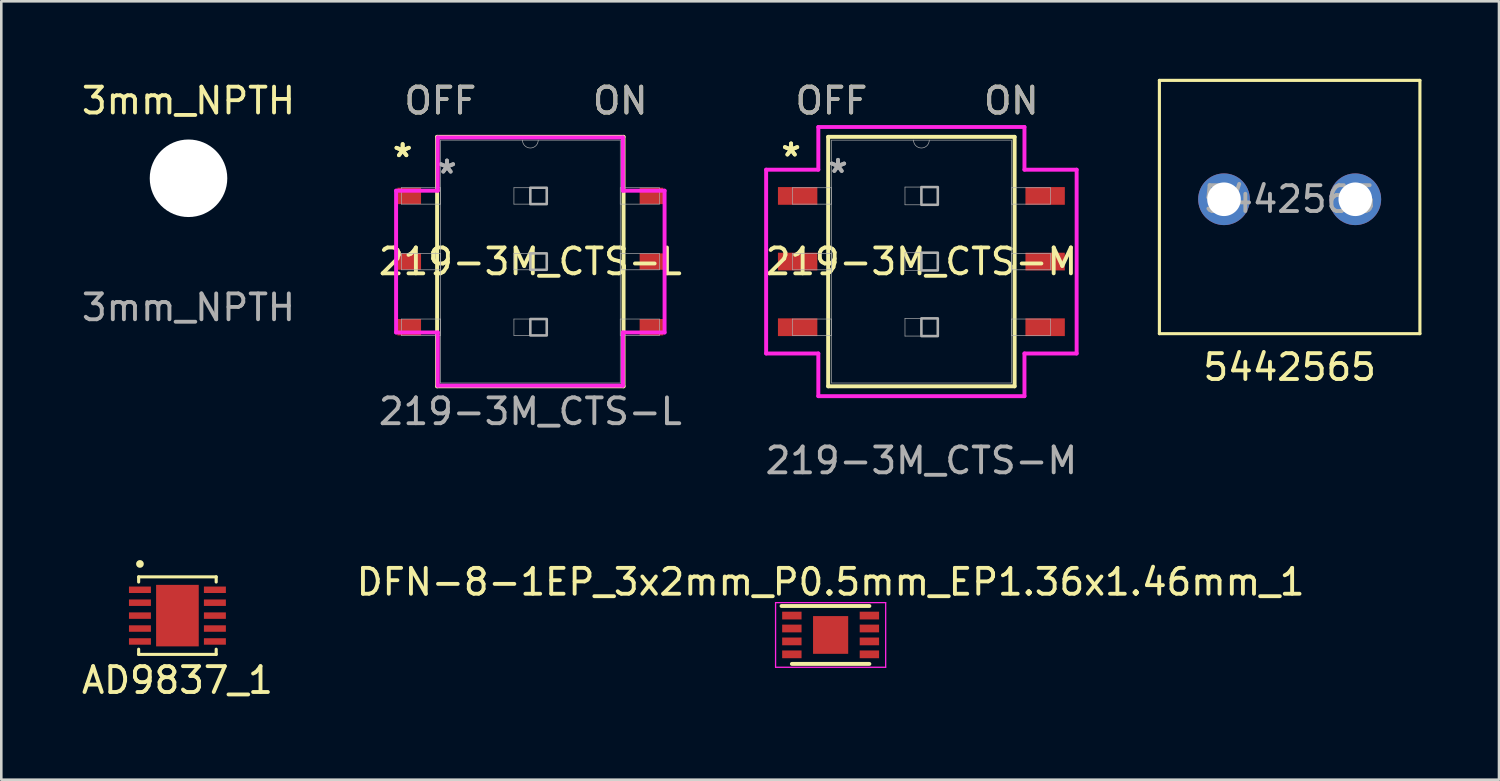
<source format=kicad_pcb>
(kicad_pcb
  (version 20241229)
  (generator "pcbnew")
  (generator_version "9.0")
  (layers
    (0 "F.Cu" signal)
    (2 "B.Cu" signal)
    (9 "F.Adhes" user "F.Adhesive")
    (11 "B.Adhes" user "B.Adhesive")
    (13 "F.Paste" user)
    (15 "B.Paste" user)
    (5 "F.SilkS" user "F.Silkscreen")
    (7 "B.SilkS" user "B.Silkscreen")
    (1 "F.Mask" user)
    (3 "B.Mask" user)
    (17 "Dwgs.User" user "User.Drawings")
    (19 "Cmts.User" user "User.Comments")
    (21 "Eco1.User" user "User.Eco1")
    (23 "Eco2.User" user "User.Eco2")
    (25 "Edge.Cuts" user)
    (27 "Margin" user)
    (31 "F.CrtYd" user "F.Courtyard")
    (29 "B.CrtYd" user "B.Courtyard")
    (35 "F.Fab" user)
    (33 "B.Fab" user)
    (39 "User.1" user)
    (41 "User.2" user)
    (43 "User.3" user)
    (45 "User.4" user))
  (footprint "AD9837_1"
    (layer "F.Cu")
    (at 3.815 20.77)
    (property "Reference" "AD9837_1" (at 0 2.5 0) (layer "F.SilkS") (effects (font (size 1 1) (thickness 0.15))))
    (attr through_hole)
    (fp_line (start -1.5 -1.5) (end -1.5 -1.3) (stroke (width 0.12) (type solid)) (layer "F.SilkS"))
    (fp_line (start -1.5 -1.5) (end 1.5 -1.5) (stroke (width 0.12) (type solid)) (layer "F.SilkS"))
    (fp_line (start -1.5 1.3) (end -1.5 1.5) (stroke (width 0.12) (type solid)) (layer "F.SilkS"))
    (fp_line (start -1.5 1.5) (end 1.5 1.5) (stroke (width 0.12) (type solid)) (layer "F.SilkS"))
    (fp_line (start 1.5 -1.5) (end 1.5 -1.3) (stroke (width 0.12) (type solid)) (layer "F.SilkS"))
    (fp_line (start 1.5 1.3) (end 1.5 1.5) (stroke (width 0.12) (type solid)) (layer "F.SilkS"))
    (fp_circle (center -1.45 -2) (end -1.375 -2) (stroke (width 0.15) (type solid)) (fill no) (layer "F.SilkS"))
    (pad "1" smd rect (at -1.45 -1) (size 0.85 0.25) (layers "F.Cu" "F.Mask" "F.Paste"))
    (pad "2" smd rect (at -1.45 -0.5) (size 0.85 0.25) (layers "F.Cu" "F.Mask" "F.Paste"))
    (pad "3" smd rect (at -1.45 0) (size 0.85 0.25) (layers "F.Cu" "F.Mask" "F.Paste"))
    (pad "4" smd rect (at -1.45 0.5) (size 0.85 0.25) (layers "F.Cu" "F.Mask" "F.Paste"))
    (pad "5" smd rect (at -1.45 1) (size 0.85 0.25) (layers "F.Cu" "F.Mask" "F.Paste"))
    (pad "6" smd rect (at 1.45 1) (size 0.85 0.25) (layers "F.Cu" "F.Mask" "F.Paste"))
    (pad "7" smd rect (at 1.45 0.5) (size 0.85 0.25) (layers "F.Cu" "F.Mask" "F.Paste"))
    (pad "8" smd rect (at 1.45 0) (size 0.85 0.25) (layers "F.Cu" "F.Mask" "F.Paste"))
    (pad "9" smd rect (at 1.45 -0.5) (size 0.85 0.25) (layers "F.Cu" "F.Mask" "F.Paste"))
    (pad "10" smd rect (at 1.45 -1) (size 0.85 0.25) (layers "F.Cu" "F.Mask" "F.Paste"))
    (pad "11" smd rect (at 0 0) (size 1.65 2.38) (layers "F.Cu" "F.Mask" "F.Paste")))
  (footprint "DFN-8-1EP_3x2mm_P0.5mm_EP1.36x1.46mm_1"
    (layer "F.Cu")
    (at 29.089 21.518)
    (property "Reference" "DFN-8-1EP_3x2mm_P0.5mm_EP1.36x1.46mm_1" (at 0 -2.05 0) (layer "F.SilkS") (effects (font (size 1 1) (thickness 0.15))))
    (attr smd)
    (fp_line (start -1.9 -1.12) (end 1.5 -1.12) (stroke (width 0.15) (type solid)) (layer "F.SilkS"))
    (fp_line (start -1.5 1.12) (end 1.5 1.12) (stroke (width 0.15) (type solid)) (layer "F.SilkS"))
    (fp_line (start -2.13 -1.25) (end -2.13 1.25) (stroke (width 0.05) (type solid)) (layer "F.CrtYd"))
    (fp_line (start -2.13 -1.25) (end 2.13 -1.25) (stroke (width 0.05) (type solid)) (layer "F.CrtYd"))
    (fp_line (start -2.13 1.25) (end 2.13 1.25) (stroke (width 0.05) (type solid)) (layer "F.CrtYd"))
    (fp_line (start 2.13 -1.25) (end 2.13 1.25) (stroke (width 0.05) (type solid)) (layer "F.CrtYd"))
    (pad "" smd rect (at -0.325 -0.375) (size 0.5 0.6) (layers "F.Paste"))
    (pad "" smd rect (at -0.325 0.375) (size 0.5 0.6) (layers "F.Paste"))
    (pad "" smd rect (at 0.325 -0.375) (size 0.5 0.6) (layers "F.Paste"))
    (pad "" smd rect (at 0.325 0.375) (size 0.5 0.6) (layers "F.Paste"))
    (pad "1" smd rect (at -1.5 -0.75) (size 0.75 0.3) (layers "F.Cu" "F.Mask" "F.Paste"))
    (pad "2" smd rect (at -1.5 -0.25) (size 0.75 0.3) (layers "F.Cu" "F.Mask" "F.Paste"))
    (pad "3" smd rect (at -1.5 0.25) (size 0.75 0.3) (layers "F.Cu" "F.Mask" "F.Paste"))
    (pad "4" smd rect (at -1.5 0.75) (size 0.75 0.3) (layers "F.Cu" "F.Mask" "F.Paste"))
    (pad "5" smd rect (at 1.5 0.75) (size 0.75 0.3) (layers "F.Cu" "F.Mask" "F.Paste"))
    (pad "6" smd rect (at 1.5 0.25) (size 0.75 0.3) (layers "F.Cu" "F.Mask" "F.Paste"))
    (pad "7" smd rect (at 1.5 -0.25) (size 0.75 0.3) (layers "F.Cu" "F.Mask" "F.Paste"))
    (pad "8" smd rect (at 1.5 -0.75) (size 0.75 0.3) (layers "F.Cu" "F.Mask" "F.Paste"))
    (pad "9" smd rect (at 0 0) (size 1.36 1.46) (layers "F.Cu" "F.Mask")))
  (footprint "5442565"
    (layer "F.Cu")
    (at 46.85 4.66)
    (property "Reference" "5442565" (at 0 6.5 0) (unlocked yes) (layer "F.SilkS") (effects (font (size 1 1) (thickness 0.15))))
    (attr through_hole)
    (fp_line (start -5.04 -4.6) (end -5.04 5.2) (stroke (width 0.12) (type default)) (layer "F.SilkS"))
    (fp_line (start -5.04 -4.6) (end 5.04 -4.6) (stroke (width 0.12) (type default)) (layer "F.SilkS"))
    (fp_line (start -5.04 5.2) (end 5.04 5.2) (stroke (width 0.12) (type default)) (layer "F.SilkS"))
    (fp_line (start 5.04 -4.6) (end 5.04 5.2) (stroke (width 0.12) (type default)) (layer "F.SilkS"))
    (fp_text user "${REFERENCE}" (at 0 0 0) (unlocked yes) (layer "F.Fab") (effects (font (size 1 1) (thickness 0.15))))
    (pad "1" thru_hole circle (at -2.54 0) (size 2 2) (drill 1.3) (layers "*.Cu" "*.Mask"))
    (pad "2" thru_hole circle (at 2.54 0) (size 2 2) (drill 1.3) (layers "*.Cu" "*.Mask")))
  (footprint "3mm_NPTH"
    (layer "F.Cu")
    (at 4.244 3.848)
    (property "Reference" "3mm_NPTH" (at 0 -3 0) (unlocked yes) (layer "F.SilkS") (effects (font (size 1 1) (thickness 0.15))))
    (attr through_hole)
    (fp_text user "${REFERENCE}" (at 0 5 0) (unlocked yes) (layer "F.Fab") (effects (font (size 1 1) (thickness 0.15))))
    (pad "" np_thru_hole circle (at 0 0) (size 3 3) (drill 3) (layers "*.Cu" "*.Mask")))
  (footprint "219-3M_CTS-M"
    (layer "F.Cu")
    (at 32.601 7.071)
    (property "Reference" "219-3M_CTS-M" (at 0 0 0) (unlocked yes) (layer "F.SilkS") (effects (font (size 1 1) (thickness 0.15))))
    (attr smd)
    (fp_line (start -3.607 -4.826) (end -3.607 4.826) (stroke (width 0.152) (type solid)) (layer "F.SilkS"))
    (fp_line (start -3.607 4.826) (end 3.607 4.826) (stroke (width 0.152) (type solid)) (layer "F.SilkS"))
    (fp_line (start 3.607 -4.826) (end -3.607 -4.826) (stroke (width 0.152) (type solid)) (layer "F.SilkS"))
    (fp_line (start 3.607 4.826) (end 3.607 -4.826) (stroke (width 0.152) (type solid)) (layer "F.SilkS"))
    (fp_line (start -6.007 -3.556) (end -3.988 -3.556) (stroke (width 0.152) (type solid)) (layer "F.CrtYd"))
    (fp_line (start -6.007 3.556) (end -6.007 -3.556) (stroke (width 0.152) (type solid)) (layer "F.CrtYd"))
    (fp_line (start -3.988 -5.207) (end 3.988 -5.207) (stroke (width 0.152) (type solid)) (layer "F.CrtYd"))
    (fp_line (start -3.988 -3.556) (end -3.988 -5.207) (stroke (width 0.152) (type solid)) (layer "F.CrtYd"))
    (fp_line (start -3.988 3.556) (end -6.007 3.556) (stroke (width 0.152) (type solid)) (layer "F.CrtYd"))
    (fp_line (start -3.988 5.207) (end -3.988 3.556) (stroke (width 0.152) (type solid)) (layer "F.CrtYd"))
    (fp_line (start 3.988 -5.207) (end 3.988 -3.556) (stroke (width 0.152) (type solid)) (layer "F.CrtYd"))
    (fp_line (start 3.988 -3.556) (end 6.007 -3.556) (stroke (width 0.152) (type solid)) (layer "F.CrtYd"))
    (fp_line (start 3.988 3.556) (end 3.988 5.207) (stroke (width 0.152) (type solid)) (layer "F.CrtYd"))
    (fp_line (start 3.988 5.207) (end -3.988 5.207) (stroke (width 0.152) (type solid)) (layer "F.CrtYd"))
    (fp_line (start 6.007 -3.556) (end 6.007 3.556) (stroke (width 0.152) (type solid)) (layer "F.CrtYd"))
    (fp_line (start 6.007 3.556) (end 3.988 3.556) (stroke (width 0.152) (type solid)) (layer "F.CrtYd"))
    (fp_line (start -4.991 -2.857) (end -4.991 -2.223) (stroke (width 0.025) (type solid)) (layer "F.Fab"))
    (fp_line (start -4.991 -2.223) (end -3.48 -2.223) (stroke (width 0.025) (type solid)) (layer "F.Fab"))
    (fp_line (start -4.991 -0.318) (end -4.991 0.318) (stroke (width 0.025) (type solid)) (layer "F.Fab"))
    (fp_line (start -4.991 0.318) (end -3.48 0.318) (stroke (width 0.025) (type solid)) (layer "F.Fab"))
    (fp_line (start -4.991 2.223) (end -4.991 2.857) (stroke (width 0.025) (type solid)) (layer "F.Fab"))
    (fp_line (start -4.991 2.857) (end -3.48 2.857) (stroke (width 0.025) (type solid)) (layer "F.Fab"))
    (fp_line (start -3.48 -4.699) (end -3.48 4.699) (stroke (width 0.025) (type solid)) (layer "F.Fab"))
    (fp_line (start -3.48 -2.857) (end -4.991 -2.857) (stroke (width 0.025) (type solid)) (layer "F.Fab"))
    (fp_line (start -3.48 -2.223) (end -3.48 -2.857) (stroke (width 0.025) (type solid)) (layer "F.Fab"))
    (fp_line (start -3.48 -0.318) (end -4.991 -0.318) (stroke (width 0.025) (type solid)) (layer "F.Fab"))
    (fp_line (start -3.48 0.318) (end -3.48 -0.318) (stroke (width 0.025) (type solid)) (layer "F.Fab"))
    (fp_line (start -3.48 2.223) (end -4.991 2.223) (stroke (width 0.025) (type solid)) (layer "F.Fab"))
    (fp_line (start -3.48 2.857) (end -3.48 2.223) (stroke (width 0.025) (type solid)) (layer "F.Fab"))
    (fp_line (start -3.48 4.699) (end 3.48 4.699) (stroke (width 0.025) (type solid)) (layer "F.Fab"))
    (fp_line (start -0.635 -2.883) (end 0.635 -2.883) (stroke (width 0.025) (type solid)) (layer "F.Fab"))
    (fp_line (start -0.635 -2.197) (end -0.635 -2.883) (stroke (width 0.025) (type solid)) (layer "F.Fab"))
    (fp_line (start -0.635 -0.343) (end 0.635 -0.343) (stroke (width 0.025) (type solid)) (layer "F.Fab"))
    (fp_line (start -0.635 0.343) (end -0.635 -0.343) (stroke (width 0.025) (type solid)) (layer "F.Fab"))
    (fp_line (start -0.635 2.197) (end 0.635 2.197) (stroke (width 0.025) (type solid)) (layer "F.Fab"))
    (fp_line (start -0.635 2.883) (end -0.635 2.197) (stroke (width 0.025) (type solid)) (layer "F.Fab"))
    (fp_line (start 0.635 -2.883) (end 0.635 -2.197) (stroke (width 0.025) (type solid)) (layer "F.Fab"))
    (fp_line (start 0.635 -2.197) (end -0.635 -2.197) (stroke (width 0.025) (type solid)) (layer "F.Fab"))
    (fp_line (start 0.635 -0.343) (end 0.635 0.343) (stroke (width 0.025) (type solid)) (layer "F.Fab"))
    (fp_line (start 0.635 0.343) (end -0.635 0.343) (stroke (width 0.025) (type solid)) (layer "F.Fab"))
    (fp_line (start 0.635 2.197) (end 0.635 2.883) (stroke (width 0.025) (type solid)) (layer "F.Fab"))
    (fp_line (start 0.635 2.883) (end -0.635 2.883) (stroke (width 0.025) (type solid)) (layer "F.Fab"))
    (fp_line (start 3.48 -4.699) (end -3.48 -4.699) (stroke (width 0.025) (type solid)) (layer "F.Fab"))
    (fp_line (start 3.48 -2.857) (end 3.48 -2.223) (stroke (width 0.025) (type solid)) (layer "F.Fab"))
    (fp_line (start 3.48 -2.223) (end 4.991 -2.223) (stroke (width 0.025) (type solid)) (layer "F.Fab"))
    (fp_line (start 3.48 -0.318) (end 3.48 0.318) (stroke (width 0.025) (type solid)) (layer "F.Fab"))
    (fp_line (start 3.48 0.318) (end 4.991 0.318) (stroke (width 0.025) (type solid)) (layer "F.Fab"))
    (fp_line (start 3.48 2.223) (end 3.48 2.857) (stroke (width 0.025) (type solid)) (layer "F.Fab"))
    (fp_line (start 3.48 2.857) (end 4.991 2.857) (stroke (width 0.025) (type solid)) (layer "F.Fab"))
    (fp_line (start 3.48 4.699) (end 3.48 -4.699) (stroke (width 0.025) (type solid)) (layer "F.Fab"))
    (fp_line (start 4.991 -2.857) (end 3.48 -2.857) (stroke (width 0.025) (type solid)) (layer "F.Fab"))
    (fp_line (start 4.991 -2.223) (end 4.991 -2.857) (stroke (width 0.025) (type solid)) (layer "F.Fab"))
    (fp_line (start 4.991 -0.318) (end 3.48 -0.318) (stroke (width 0.025) (type solid)) (layer "F.Fab"))
    (fp_line (start 4.991 0.318) (end 4.991 -0.318) (stroke (width 0.025) (type solid)) (layer "F.Fab"))
    (fp_line (start 4.991 2.223) (end 3.48 2.223) (stroke (width 0.025) (type solid)) (layer "F.Fab"))
    (fp_line (start 4.991 2.857) (end 4.991 2.223) (stroke (width 0.025) (type solid)) (layer "F.Fab"))
    (fp_arc (start 0.3048 -4.699) (mid 0 -4.3942) (end -0.3048 -4.699) (stroke (width 0.0254) (type solid)) (layer "F.Fab"))
    (fp_poly (pts (xy 0 -2.883) (xy 0.635 -2.883) (xy 0.635 -2.197) (xy 0 -2.197)) (stroke (width 0.1) (type solid)) (fill no) (layer "F.Fab"))
    (fp_poly (pts (xy 0 -0.343) (xy 0.635 -0.343) (xy 0.635 0.343) (xy 0 0.343)) (stroke (width 0.1) (type solid)) (fill no) (layer "F.Fab"))
    (fp_poly (pts (xy 0 2.197) (xy 0.635 2.197) (xy 0.635 2.883) (xy 0 2.883)) (stroke (width 0.1) (type solid)) (fill no) (layer "F.Fab"))
    (fp_text user "*" (at -5.042 -4.026 0) (unlocked yes) (layer "F.SilkS") (effects (font (size 1 1) (thickness 0.15))))
    (fp_text user "OFF" (at -3.48 -6.223 0) (unlocked yes) (layer "F.SilkS") (effects (font (size 1 1) (thickness 0.15))))
    (fp_text user "ON" (at 3.48 -6.223 0) (unlocked yes) (layer "F.SilkS") (effects (font (size 1 1) (thickness 0.15))))
    (fp_text user "*" (at -5.042 -4.026 0) (layer "F.SilkS") (effects (font (size 1 1) (thickness 0.15))))
    (fp_text user "*" (at -3.226 -3.391 0) (unlocked yes) (layer "F.Fab") (effects (font (size 1 1) (thickness 0.15))))
    (fp_text user "ON" (at 3.48 -6.223 0) (unlocked yes) (layer "F.Fab") (effects (font (size 1 1) (thickness 0.15))))
    (fp_text user "*" (at -3.226 -3.391 0) (layer "F.Fab") (effects (font (size 1 1) (thickness 0.15))))
    (fp_text user "${REFERENCE}" (at 0 7.7 0) (unlocked yes) (layer "F.Fab") (effects (font (size 1 1) (thickness 0.15))))
    (fp_text user "OFF" (at -3.48 -6.223 0) (unlocked yes) (layer "F.Fab") (effects (font (size 1 1) (thickness 0.15))))
    (pad "1" smd rect (at -4.788 -2.54) (size 1.524 0.686) (layers "F.Cu" "F.Mask" "F.Paste"))
    (pad "2" smd rect (at -4.788 0) (size 1.524 0.686) (layers "F.Cu" "F.Mask" "F.Paste"))
    (pad "3" smd rect (at -4.788 2.54) (size 1.524 0.686) (layers "F.Cu" "F.Mask" "F.Paste"))
    (pad "4" smd rect (at 4.788 2.54) (size 1.524 0.686) (layers "F.Cu" "F.Mask" "F.Paste"))
    (pad "5" smd rect (at 4.788 0) (size 1.524 0.686) (layers "F.Cu" "F.Mask" "F.Paste"))
    (pad "6" smd rect (at 4.788 -2.54) (size 1.524 0.686) (layers "F.Cu" "F.Mask" "F.Paste")))
  (footprint "219-3M_CTS-L"
    (layer "F.Cu")
    (at 17.47 7.071)
    (property "Reference" "219-3M_CTS-L" (at 0 0 0) (unlocked yes) (layer "F.SilkS") (effects (font (size 1 1) (thickness 0.15))))
    (attr smd)
    (fp_line (start -3.607 -4.826) (end -3.607 4.826) (stroke (width 0.152) (type solid)) (layer "F.SilkS"))
    (fp_line (start -3.607 4.826) (end 3.607 4.826) (stroke (width 0.152) (type solid)) (layer "F.SilkS"))
    (fp_line (start 3.607 -4.826) (end -3.607 -4.826) (stroke (width 0.152) (type solid)) (layer "F.SilkS"))
    (fp_line (start 3.607 4.826) (end 3.607 -4.826) (stroke (width 0.152) (type solid)) (layer "F.SilkS"))
    (fp_line (start -5.194 -2.743) (end -3.581 -2.743) (stroke (width 0.152) (type solid)) (layer "F.CrtYd"))
    (fp_line (start -5.194 2.743) (end -5.194 -2.743) (stroke (width 0.152) (type solid)) (layer "F.CrtYd"))
    (fp_line (start -3.581 -4.801) (end 3.581 -4.801) (stroke (width 0.152) (type solid)) (layer "F.CrtYd"))
    (fp_line (start -3.581 -2.743) (end -3.581 -4.801) (stroke (width 0.152) (type solid)) (layer "F.CrtYd"))
    (fp_line (start -3.581 2.743) (end -5.194 2.743) (stroke (width 0.152) (type solid)) (layer "F.CrtYd"))
    (fp_line (start -3.581 4.801) (end -3.581 2.743) (stroke (width 0.152) (type solid)) (layer "F.CrtYd"))
    (fp_line (start 3.581 -4.801) (end 3.581 -2.743) (stroke (width 0.152) (type solid)) (layer "F.CrtYd"))
    (fp_line (start 3.581 -2.743) (end 5.194 -2.743) (stroke (width 0.152) (type solid)) (layer "F.CrtYd"))
    (fp_line (start 3.581 2.743) (end 3.581 4.801) (stroke (width 0.152) (type solid)) (layer "F.CrtYd"))
    (fp_line (start 3.581 4.801) (end -3.581 4.801) (stroke (width 0.152) (type solid)) (layer "F.CrtYd"))
    (fp_line (start 5.194 -2.743) (end 5.194 2.743) (stroke (width 0.152) (type solid)) (layer "F.CrtYd"))
    (fp_line (start 5.194 2.743) (end 3.581 2.743) (stroke (width 0.152) (type solid)) (layer "F.CrtYd"))
    (fp_line (start -4.991 -2.857) (end -4.991 -2.223) (stroke (width 0.025) (type solid)) (layer "F.Fab"))
    (fp_line (start -4.991 -2.223) (end -3.48 -2.223) (stroke (width 0.025) (type solid)) (layer "F.Fab"))
    (fp_line (start -4.991 -0.318) (end -4.991 0.318) (stroke (width 0.025) (type solid)) (layer "F.Fab"))
    (fp_line (start -4.991 0.318) (end -3.48 0.318) (stroke (width 0.025) (type solid)) (layer "F.Fab"))
    (fp_line (start -4.991 2.223) (end -4.991 2.857) (stroke (width 0.025) (type solid)) (layer "F.Fab"))
    (fp_line (start -4.991 2.857) (end -3.48 2.857) (stroke (width 0.025) (type solid)) (layer "F.Fab"))
    (fp_line (start -3.48 -4.699) (end -3.48 4.699) (stroke (width 0.025) (type solid)) (layer "F.Fab"))
    (fp_line (start -3.48 -2.857) (end -4.991 -2.857) (stroke (width 0.025) (type solid)) (layer "F.Fab"))
    (fp_line (start -3.48 -2.223) (end -3.48 -2.857) (stroke (width 0.025) (type solid)) (layer "F.Fab"))
    (fp_line (start -3.48 -0.318) (end -4.991 -0.318) (stroke (width 0.025) (type solid)) (layer "F.Fab"))
    (fp_line (start -3.48 0.318) (end -3.48 -0.318) (stroke (width 0.025) (type solid)) (layer "F.Fab"))
    (fp_line (start -3.48 2.223) (end -4.991 2.223) (stroke (width 0.025) (type solid)) (layer "F.Fab"))
    (fp_line (start -3.48 2.857) (end -3.48 2.223) (stroke (width 0.025) (type solid)) (layer "F.Fab"))
    (fp_line (start -3.48 4.699) (end 3.48 4.699) (stroke (width 0.025) (type solid)) (layer "F.Fab"))
    (fp_line (start -0.635 -2.857) (end 0.635 -2.857) (stroke (width 0.025) (type solid)) (layer "F.Fab"))
    (fp_line (start -0.635 -2.223) (end -0.635 -2.857) (stroke (width 0.025) (type solid)) (layer "F.Fab"))
    (fp_line (start -0.635 -0.318) (end 0.635 -0.318) (stroke (width 0.025) (type solid)) (layer "F.Fab"))
    (fp_line (start -0.635 0.318) (end -0.635 -0.318) (stroke (width 0.025) (type solid)) (layer "F.Fab"))
    (fp_line (start -0.635 2.223) (end 0.635 2.223) (stroke (width 0.025) (type solid)) (layer "F.Fab"))
    (fp_line (start -0.635 2.857) (end -0.635 2.223) (stroke (width 0.025) (type solid)) (layer "F.Fab"))
    (fp_line (start 0.635 -2.857) (end 0.635 -2.223) (stroke (width 0.025) (type solid)) (layer "F.Fab"))
    (fp_line (start 0.635 -2.223) (end -0.635 -2.223) (stroke (width 0.025) (type solid)) (layer "F.Fab"))
    (fp_line (start 0.635 -0.318) (end 0.635 0.318) (stroke (width 0.025) (type solid)) (layer "F.Fab"))
    (fp_line (start 0.635 0.318) (end -0.635 0.318) (stroke (width 0.025) (type solid)) (layer "F.Fab"))
    (fp_line (start 0.635 2.223) (end 0.635 2.857) (stroke (width 0.025) (type solid)) (layer "F.Fab"))
    (fp_line (start 0.635 2.857) (end -0.635 2.857) (stroke (width 0.025) (type solid)) (layer "F.Fab"))
    (fp_line (start 3.48 -4.699) (end -3.48 -4.699) (stroke (width 0.025) (type solid)) (layer "F.Fab"))
    (fp_line (start 3.48 -2.857) (end 3.48 -2.223) (stroke (width 0.025) (type solid)) (layer "F.Fab"))
    (fp_line (start 3.48 -2.223) (end 4.991 -2.223) (stroke (width 0.025) (type solid)) (layer "F.Fab"))
    (fp_line (start 3.48 -0.318) (end 3.48 0.318) (stroke (width 0.025) (type solid)) (layer "F.Fab"))
    (fp_line (start 3.48 0.318) (end 4.991 0.318) (stroke (width 0.025) (type solid)) (layer "F.Fab"))
    (fp_line (start 3.48 2.223) (end 3.48 2.857) (stroke (width 0.025) (type solid)) (layer "F.Fab"))
    (fp_line (start 3.48 2.857) (end 4.991 2.857) (stroke (width 0.025) (type solid)) (layer "F.Fab"))
    (fp_line (start 3.48 4.699) (end 3.48 -4.699) (stroke (width 0.025) (type solid)) (layer "F.Fab"))
    (fp_line (start 4.991 -2.857) (end 3.48 -2.857) (stroke (width 0.025) (type solid)) (layer "F.Fab"))
    (fp_line (start 4.991 -2.223) (end 4.991 -2.857) (stroke (width 0.025) (type solid)) (layer "F.Fab"))
    (fp_line (start 4.991 -0.318) (end 3.48 -0.318) (stroke (width 0.025) (type solid)) (layer "F.Fab"))
    (fp_line (start 4.991 0.318) (end 4.991 -0.318) (stroke (width 0.025) (type solid)) (layer "F.Fab"))
    (fp_line (start 4.991 2.223) (end 3.48 2.223) (stroke (width 0.025) (type solid)) (layer "F.Fab"))
    (fp_line (start 4.991 2.857) (end 4.991 2.223) (stroke (width 0.025) (type solid)) (layer "F.Fab"))
    (fp_arc (start 0.3048 -4.699) (mid 0 -4.3942) (end -0.3048 -4.699) (stroke (width 0.0254) (type solid)) (layer "F.Fab"))
    (fp_poly (pts (xy 0 -2.857) (xy 0.635 -2.857) (xy 0.635 -2.223) (xy 0 -2.223)) (stroke (width 0.1) (type solid)) (fill no) (layer "F.Fab"))
    (fp_poly (pts (xy 0 -0.318) (xy 0.635 -0.318) (xy 0.635 0.318) (xy 0 0.318)) (stroke (width 0.1) (type solid)) (fill no) (layer "F.Fab"))
    (fp_poly (pts (xy 0 2.223) (xy 0.635 2.223) (xy 0.635 2.857) (xy 0 2.857)) (stroke (width 0.1) (type solid)) (fill no) (layer "F.Fab"))
    (fp_text user "*" (at -4.94 -4 0) (unlocked yes) (layer "F.SilkS") (effects (font (size 1 1) (thickness 0.15))))
    (fp_text user "OFF" (at -3.48 -6.223 0) (unlocked yes) (layer "F.SilkS") (effects (font (size 1 1) (thickness 0.15))))
    (fp_text user "*" (at -4.94 -4 0) (layer "F.SilkS") (effects (font (size 1 1) (thickness 0.15))))
    (fp_text user "ON" (at 3.48 -6.223 0) (unlocked yes) (layer "F.SilkS") (effects (font (size 1 1) (thickness 0.15))))
    (fp_text user "*" (at -3.226 -3.365 0) (layer "F.Fab") (effects (font (size 1 1) (thickness 0.15))))
    (fp_text user "${REFERENCE}" (at 0 5.8 0) (unlocked yes) (layer "F.Fab") (effects (font (size 1 1) (thickness 0.15))))
    (fp_text user "ON" (at 3.48 -6.223 0) (unlocked yes) (layer "F.Fab") (effects (font (size 1 1) (thickness 0.15))))
    (fp_text user "*" (at -3.226 -3.365 0) (unlocked yes) (layer "F.Fab") (effects (font (size 1 1) (thickness 0.15))))
    (fp_text user "OFF" (at -3.48 -6.223 0) (unlocked yes) (layer "F.Fab") (effects (font (size 1 1) (thickness 0.15))))
    (pad "1" smd rect (at -4.686 -2.54) (size 0.914 0.635) (layers "F.Cu" "F.Mask" "F.Paste"))
    (pad "2" smd rect (at -4.686 0) (size 0.914 0.635) (layers "F.Cu" "F.Mask" "F.Paste"))
    (pad "3" smd rect (at -4.686 2.54) (size 0.914 0.635) (layers "F.Cu" "F.Mask" "F.Paste"))
    (pad "4" smd rect (at 4.686 2.54) (size 0.914 0.635) (layers "F.Cu" "F.Mask" "F.Paste"))
    (pad "5" smd rect (at 4.686 0) (size 0.914 0.635) (layers "F.Cu" "F.Mask" "F.Paste"))
    (pad "6" smd rect (at 4.686 -2.54) (size 0.914 0.635) (layers "F.Cu" "F.Mask" "F.Paste")))
  (gr_rect
    (start -3 -3)
    (end 54.95 27.118)
    (stroke (width 0.1) (type default))
    (fill no)
    (layer "Edge.Cuts")))
</source>
